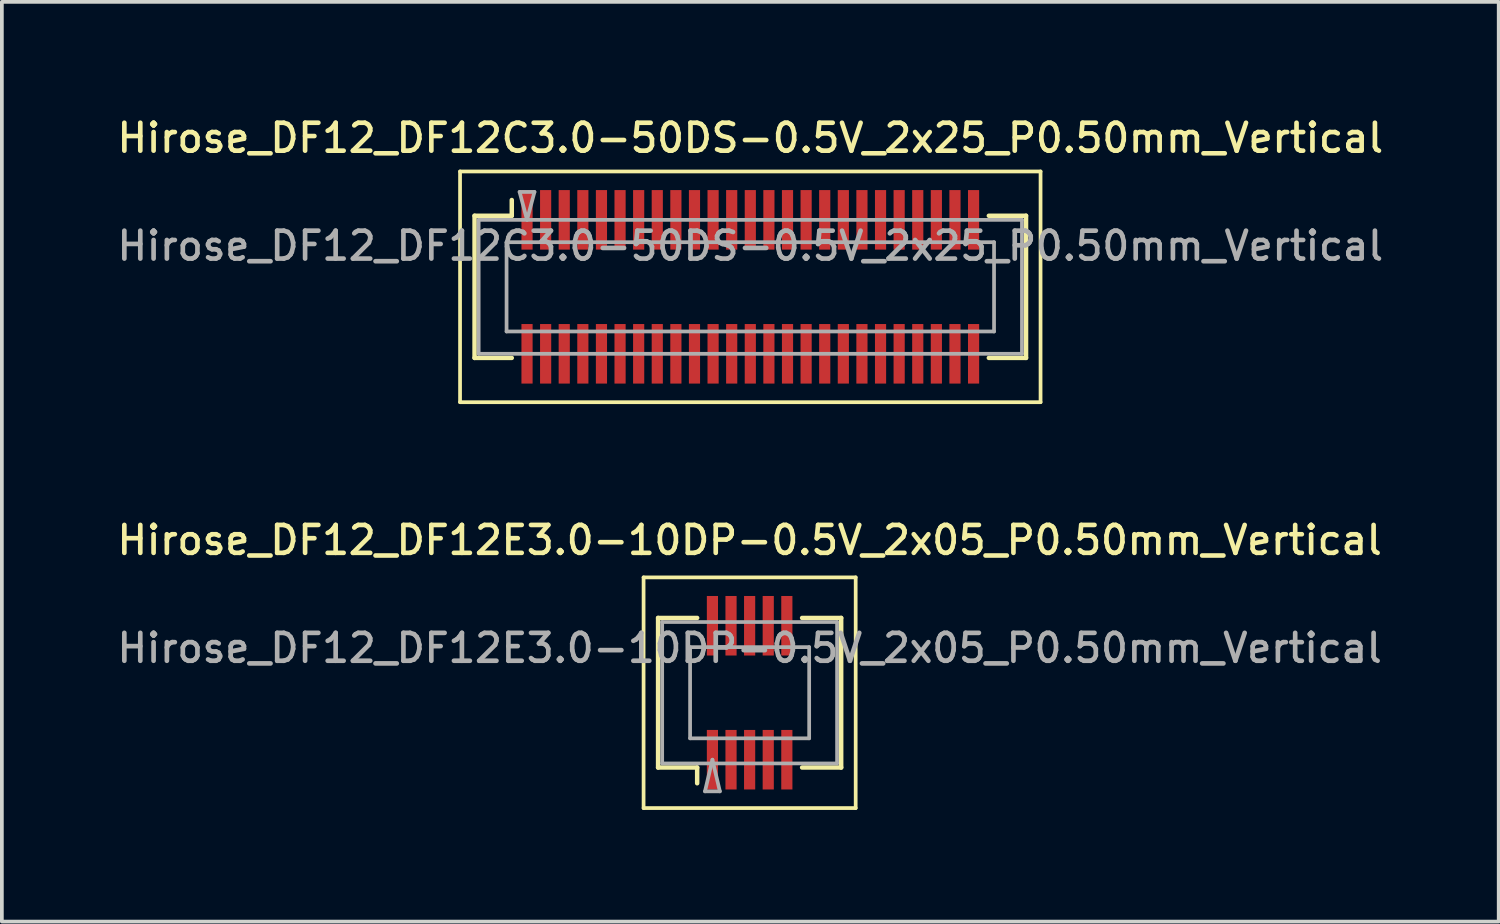
<source format=kicad_pcb>
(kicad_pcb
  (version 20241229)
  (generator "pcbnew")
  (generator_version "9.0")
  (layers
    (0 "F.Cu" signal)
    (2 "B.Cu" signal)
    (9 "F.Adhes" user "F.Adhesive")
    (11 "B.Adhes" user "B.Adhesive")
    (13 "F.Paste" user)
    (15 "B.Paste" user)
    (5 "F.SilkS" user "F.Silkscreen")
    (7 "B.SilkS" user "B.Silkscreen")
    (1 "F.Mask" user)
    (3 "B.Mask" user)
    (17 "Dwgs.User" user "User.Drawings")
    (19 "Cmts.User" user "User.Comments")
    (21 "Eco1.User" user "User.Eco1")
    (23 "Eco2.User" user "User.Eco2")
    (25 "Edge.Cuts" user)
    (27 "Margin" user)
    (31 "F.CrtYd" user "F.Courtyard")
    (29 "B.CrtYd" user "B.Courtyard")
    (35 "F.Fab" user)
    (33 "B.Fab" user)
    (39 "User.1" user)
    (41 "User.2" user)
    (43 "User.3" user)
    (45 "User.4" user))
  (footprint "Hirose_DF12_DF12C3.0-50DS-0.5V_2x25_P0.50mm_Vertical"
    (layer "F.Cu")
    (at 17.113 4.658)
    (property "Reference" "Hirose_DF12_DF12C3.0-50DS-0.5V_2x25_P0.50mm_Vertical" (at 0 -4 0) (layer "F.SilkS") (effects (font (size 0.75 0.75) (thickness 0.125))))
    (attr smd)
    (fp_line (start -7.8 -3.1) (end -7.8 3.1) (stroke (width 0.1) (type solid)) (layer "F.SilkS"))
    (fp_line (start -7.8 3.1) (end 7.8 3.1) (stroke (width 0.1) (type solid)) (layer "F.SilkS"))
    (fp_line (start -7.41 -1.91) (end -6.41 -1.91) (stroke (width 0.12) (type solid)) (layer "F.SilkS"))
    (fp_line (start -7.41 1.91) (end -7.41 -1.91) (stroke (width 0.12) (type solid)) (layer "F.SilkS"))
    (fp_line (start -6.41 -1.91) (end -6.41 -2.333) (stroke (width 0.12) (type solid)) (layer "F.SilkS"))
    (fp_line (start -6.41 1.91) (end -7.41 1.91) (stroke (width 0.12) (type solid)) (layer "F.SilkS"))
    (fp_line (start 6.41 1.91) (end 7.41 1.91) (stroke (width 0.12) (type solid)) (layer "F.SilkS"))
    (fp_line (start 7.41 -1.91) (end 6.41 -1.91) (stroke (width 0.12) (type solid)) (layer "F.SilkS"))
    (fp_line (start 7.41 1.91) (end 7.41 -1.91) (stroke (width 0.12) (type solid)) (layer "F.SilkS"))
    (fp_line (start 7.8 -3.1) (end -7.8 -3.1) (stroke (width 0.1) (type solid)) (layer "F.SilkS"))
    (fp_line (start 7.8 3.1) (end 7.8 -3.1) (stroke (width 0.1) (type solid)) (layer "F.SilkS"))
    (fp_line (start -7.3 -1.8) (end 7.3 -1.8) (stroke (width 0.1) (type solid)) (layer "F.Fab"))
    (fp_line (start -7.3 1.8) (end -7.3 -1.8) (stroke (width 0.1) (type solid)) (layer "F.Fab"))
    (fp_line (start -6.55 -1.2) (end 6.55 -1.2) (stroke (width 0.1) (type solid)) (layer "F.Fab"))
    (fp_line (start -6.55 1.2) (end -6.55 -1.2) (stroke (width 0.1) (type solid)) (layer "F.Fab"))
    (fp_line (start -6.2 -2.55) (end -6 -1.8) (stroke (width 0.1) (type solid)) (layer "F.Fab"))
    (fp_line (start -6 -1.8) (end -5.8 -2.55) (stroke (width 0.1) (type solid)) (layer "F.Fab"))
    (fp_line (start -5.8 -2.55) (end -6.2 -2.55) (stroke (width 0.1) (type solid)) (layer "F.Fab"))
    (fp_line (start 6.55 -1.2) (end 6.55 1.2) (stroke (width 0.1) (type solid)) (layer "F.Fab"))
    (fp_line (start 6.55 1.2) (end -6.55 1.2) (stroke (width 0.1) (type solid)) (layer "F.Fab"))
    (fp_line (start 7.3 -1.8) (end 7.3 1.8) (stroke (width 0.1) (type solid)) (layer "F.Fab"))
    (fp_line (start 7.3 1.8) (end -7.3 1.8) (stroke (width 0.1) (type solid)) (layer "F.Fab"))
    (fp_text user "${REFERENCE}" (at 0 -1.1 0) (layer "F.Fab") (effects (font (size 0.75 0.75) (thickness 0.125))))
    (pad "" smd rect (at -6 -2) (size 0.28 1.2) (layers "F.Paste"))
    (pad "" smd rect (at -6 2) (size 0.28 1.2) (layers "F.Paste"))
    (pad "" smd rect (at -5.5 -2) (size 0.28 1.2) (layers "F.Paste"))
    (pad "" smd rect (at -5.5 2) (size 0.28 1.2) (layers "F.Paste"))
    (pad "" smd rect (at -5 -2) (size 0.28 1.2) (layers "F.Paste"))
    (pad "" smd rect (at -5 2) (size 0.28 1.2) (layers "F.Paste"))
    (pad "" smd rect (at -4.5 -2) (size 0.28 1.2) (layers "F.Paste"))
    (pad "" smd rect (at -4.5 2) (size 0.28 1.2) (layers "F.Paste"))
    (pad "" smd rect (at -4 -2) (size 0.28 1.2) (layers "F.Paste"))
    (pad "" smd rect (at -4 2) (size 0.28 1.2) (layers "F.Paste"))
    (pad "" smd rect (at -3.5 -2) (size 0.28 1.2) (layers "F.Paste"))
    (pad "" smd rect (at -3.5 2) (size 0.28 1.2) (layers "F.Paste"))
    (pad "" smd rect (at -3 -2) (size 0.28 1.2) (layers "F.Paste"))
    (pad "" smd rect (at -3 2) (size 0.28 1.2) (layers "F.Paste"))
    (pad "" smd rect (at -2.5 -2) (size 0.28 1.2) (layers "F.Paste"))
    (pad "" smd rect (at -2.5 2) (size 0.28 1.2) (layers "F.Paste"))
    (pad "" smd rect (at -2 -2) (size 0.28 1.2) (layers "F.Paste"))
    (pad "" smd rect (at -2 2) (size 0.28 1.2) (layers "F.Paste"))
    (pad "" smd rect (at -1.5 -2) (size 0.28 1.2) (layers "F.Paste"))
    (pad "" smd rect (at -1.5 2) (size 0.28 1.2) (layers "F.Paste"))
    (pad "" smd rect (at -1 -2) (size 0.28 1.2) (layers "F.Paste"))
    (pad "" smd rect (at -1 2) (size 0.28 1.2) (layers "F.Paste"))
    (pad "" smd rect (at -0.5 -2) (size 0.28 1.2) (layers "F.Paste"))
    (pad "" smd rect (at -0.5 2) (size 0.28 1.2) (layers "F.Paste"))
    (pad "" smd rect (at 0 -2) (size 0.28 1.2) (layers "F.Paste"))
    (pad "" smd rect (at 0 2) (size 0.28 1.2) (layers "F.Paste"))
    (pad "" smd rect (at 0.5 -2) (size 0.28 1.2) (layers "F.Paste"))
    (pad "" smd rect (at 0.5 2) (size 0.28 1.2) (layers "F.Paste"))
    (pad "" smd rect (at 1 -2) (size 0.28 1.2) (layers "F.Paste"))
    (pad "" smd rect (at 1 2) (size 0.28 1.2) (layers "F.Paste"))
    (pad "" smd rect (at 1.5 -2) (size 0.28 1.2) (layers "F.Paste"))
    (pad "" smd rect (at 1.5 2) (size 0.28 1.2) (layers "F.Paste"))
    (pad "" smd rect (at 2 -2) (size 0.28 1.2) (layers "F.Paste"))
    (pad "" smd rect (at 2 2) (size 0.28 1.2) (layers "F.Paste"))
    (pad "" smd rect (at 2.5 -2) (size 0.28 1.2) (layers "F.Paste"))
    (pad "" smd rect (at 2.5 2) (size 0.28 1.2) (layers "F.Paste"))
    (pad "" smd rect (at 3 -2) (size 0.28 1.2) (layers "F.Paste"))
    (pad "" smd rect (at 3 2) (size 0.28 1.2) (layers "F.Paste"))
    (pad "" smd rect (at 3.5 -2) (size 0.28 1.2) (layers "F.Paste"))
    (pad "" smd rect (at 3.5 2) (size 0.28 1.2) (layers "F.Paste"))
    (pad "" smd rect (at 4 -2) (size 0.28 1.2) (layers "F.Paste"))
    (pad "" smd rect (at 4 2) (size 0.28 1.2) (layers "F.Paste"))
    (pad "" smd rect (at 4.5 -2) (size 0.28 1.2) (layers "F.Paste"))
    (pad "" smd rect (at 4.5 2) (size 0.28 1.2) (layers "F.Paste"))
    (pad "" smd rect (at 5 -2) (size 0.28 1.2) (layers "F.Paste"))
    (pad "" smd rect (at 5 2) (size 0.28 1.2) (layers "F.Paste"))
    (pad "" smd rect (at 5.5 -2) (size 0.28 1.2) (layers "F.Paste"))
    (pad "" smd rect (at 5.5 2) (size 0.28 1.2) (layers "F.Paste"))
    (pad "" smd rect (at 6 -2) (size 0.28 1.2) (layers "F.Paste"))
    (pad "" smd rect (at 6 2) (size 0.28 1.2) (layers "F.Paste"))
    (pad "1" smd rect (at -6 -1.8) (size 0.3 1.6) (layers "F.Cu" "F.Mask"))
    (pad "2" smd rect (at -5.5 -1.8) (size 0.3 1.6) (layers "F.Cu" "F.Mask"))
    (pad "3" smd rect (at -5 -1.8) (size 0.3 1.6) (layers "F.Cu" "F.Mask"))
    (pad "4" smd rect (at -4.5 -1.8) (size 0.3 1.6) (layers "F.Cu" "F.Mask"))
    (pad "5" smd rect (at -4 -1.8) (size 0.3 1.6) (layers "F.Cu" "F.Mask"))
    (pad "6" smd rect (at -3.5 -1.8) (size 0.3 1.6) (layers "F.Cu" "F.Mask"))
    (pad "7" smd rect (at -3 -1.8) (size 0.3 1.6) (layers "F.Cu" "F.Mask"))
    (pad "8" smd rect (at -2.5 -1.8) (size 0.3 1.6) (layers "F.Cu" "F.Mask"))
    (pad "9" smd rect (at -2 -1.8) (size 0.3 1.6) (layers "F.Cu" "F.Mask"))
    (pad "10" smd rect (at -1.5 -1.8) (size 0.3 1.6) (layers "F.Cu" "F.Mask"))
    (pad "11" smd rect (at -1 -1.8) (size 0.3 1.6) (layers "F.Cu" "F.Mask"))
    (pad "12" smd rect (at -0.5 -1.8) (size 0.3 1.6) (layers "F.Cu" "F.Mask"))
    (pad "13" smd rect (at 0 -1.8) (size 0.3 1.6) (layers "F.Cu" "F.Mask"))
    (pad "14" smd rect (at 0.5 -1.8) (size 0.3 1.6) (layers "F.Cu" "F.Mask"))
    (pad "15" smd rect (at 1 -1.8) (size 0.3 1.6) (layers "F.Cu" "F.Mask"))
    (pad "16" smd rect (at 1.5 -1.8) (size 0.3 1.6) (layers "F.Cu" "F.Mask"))
    (pad "17" smd rect (at 2 -1.8) (size 0.3 1.6) (layers "F.Cu" "F.Mask"))
    (pad "18" smd rect (at 2.5 -1.8) (size 0.3 1.6) (layers "F.Cu" "F.Mask"))
    (pad "19" smd rect (at 3 -1.8) (size 0.3 1.6) (layers "F.Cu" "F.Mask"))
    (pad "20" smd rect (at 3.5 -1.8) (size 0.3 1.6) (layers "F.Cu" "F.Mask"))
    (pad "21" smd rect (at 4 -1.8) (size 0.3 1.6) (layers "F.Cu" "F.Mask"))
    (pad "22" smd rect (at 4.5 -1.8) (size 0.3 1.6) (layers "F.Cu" "F.Mask"))
    (pad "23" smd rect (at 5 -1.8) (size 0.3 1.6) (layers "F.Cu" "F.Mask"))
    (pad "24" smd rect (at 5.5 -1.8) (size 0.3 1.6) (layers "F.Cu" "F.Mask"))
    (pad "25" smd rect (at 6 -1.8) (size 0.3 1.6) (layers "F.Cu" "F.Mask"))
    (pad "26" smd rect (at -6 1.8) (size 0.3 1.6) (layers "F.Cu" "F.Mask"))
    (pad "27" smd rect (at -5.5 1.8) (size 0.3 1.6) (layers "F.Cu" "F.Mask"))
    (pad "28" smd rect (at -5 1.8) (size 0.3 1.6) (layers "F.Cu" "F.Mask"))
    (pad "29" smd rect (at -4.5 1.8) (size 0.3 1.6) (layers "F.Cu" "F.Mask"))
    (pad "30" smd rect (at -4 1.8) (size 0.3 1.6) (layers "F.Cu" "F.Mask"))
    (pad "31" smd rect (at -3.5 1.8) (size 0.3 1.6) (layers "F.Cu" "F.Mask"))
    (pad "32" smd rect (at -3 1.8) (size 0.3 1.6) (layers "F.Cu" "F.Mask"))
    (pad "33" smd rect (at -2.5 1.8) (size 0.3 1.6) (layers "F.Cu" "F.Mask"))
    (pad "34" smd rect (at -2 1.8) (size 0.3 1.6) (layers "F.Cu" "F.Mask"))
    (pad "35" smd rect (at -1.5 1.8) (size 0.3 1.6) (layers "F.Cu" "F.Mask"))
    (pad "36" smd rect (at -1 1.8) (size 0.3 1.6) (layers "F.Cu" "F.Mask"))
    (pad "37" smd rect (at -0.5 1.8) (size 0.3 1.6) (layers "F.Cu" "F.Mask"))
    (pad "38" smd rect (at 0 1.8) (size 0.3 1.6) (layers "F.Cu" "F.Mask"))
    (pad "39" smd rect (at 0.5 1.8) (size 0.3 1.6) (layers "F.Cu" "F.Mask"))
    (pad "40" smd rect (at 1 1.8) (size 0.3 1.6) (layers "F.Cu" "F.Mask"))
    (pad "41" smd rect (at 1.5 1.8) (size 0.3 1.6) (layers "F.Cu" "F.Mask"))
    (pad "42" smd rect (at 2 1.8) (size 0.3 1.6) (layers "F.Cu" "F.Mask"))
    (pad "43" smd rect (at 2.5 1.8) (size 0.3 1.6) (layers "F.Cu" "F.Mask"))
    (pad "44" smd rect (at 3 1.8) (size 0.3 1.6) (layers "F.Cu" "F.Mask"))
    (pad "45" smd rect (at 3.5 1.8) (size 0.3 1.6) (layers "F.Cu" "F.Mask"))
    (pad "46" smd rect (at 4 1.8) (size 0.3 1.6) (layers "F.Cu" "F.Mask"))
    (pad "47" smd rect (at 4.5 1.8) (size 0.3 1.6) (layers "F.Cu" "F.Mask"))
    (pad "48" smd rect (at 5 1.8) (size 0.3 1.6) (layers "F.Cu" "F.Mask"))
    (pad "49" smd rect (at 5.5 1.8) (size 0.3 1.6) (layers "F.Cu" "F.Mask"))
    (pad "50" smd rect (at 6 1.8) (size 0.3 1.6) (layers "F.Cu" "F.Mask")))
  (footprint "Hirose_DF12_DF12E3.0-10DP-0.5V_2x05_P0.50mm_Vertical"
    (layer "F.Cu")
    (at 17.095 15.566)
    (property "Reference" "Hirose_DF12_DF12E3.0-10DP-0.5V_2x05_P0.50mm_Vertical" (at 0 -4.1 0) (layer "F.SilkS") (effects (font (size 0.75 0.75) (thickness 0.125))))
    (attr smd)
    (fp_line (start -2.85 -3.1) (end -2.85 3.1) (stroke (width 0.1) (type solid)) (layer "F.SilkS"))
    (fp_line (start -2.85 3.1) (end 2.85 3.1) (stroke (width 0.1) (type solid)) (layer "F.SilkS"))
    (fp_line (start -2.46 -2.01) (end -1.41 -2.01) (stroke (width 0.12) (type solid)) (layer "F.SilkS"))
    (fp_line (start -2.46 2.01) (end -2.46 -2.01) (stroke (width 0.12) (type solid)) (layer "F.SilkS"))
    (fp_line (start -1.41 2.01) (end -2.46 2.01) (stroke (width 0.12) (type solid)) (layer "F.SilkS"))
    (fp_line (start -1.41 2.433) (end -1.41 2.01) (stroke (width 0.12) (type solid)) (layer "F.SilkS"))
    (fp_line (start 1.41 2.01) (end 2.46 2.01) (stroke (width 0.12) (type solid)) (layer "F.SilkS"))
    (fp_line (start 2.46 -2.01) (end 1.41 -2.01) (stroke (width 0.12) (type solid)) (layer "F.SilkS"))
    (fp_line (start 2.46 2.01) (end 2.46 -2.01) (stroke (width 0.12) (type solid)) (layer "F.SilkS"))
    (fp_line (start 2.85 -3.1) (end -2.85 -3.1) (stroke (width 0.1) (type solid)) (layer "F.SilkS"))
    (fp_line (start 2.85 3.1) (end 2.85 -3.1) (stroke (width 0.1) (type solid)) (layer "F.SilkS"))
    (fp_line (start -2.35 -1.9) (end 2.35 -1.9) (stroke (width 0.1) (type solid)) (layer "F.Fab"))
    (fp_line (start -2.35 1.9) (end -2.35 -1.9) (stroke (width 0.1) (type solid)) (layer "F.Fab"))
    (fp_line (start -1.6 -1.225) (end 1.6 -1.225) (stroke (width 0.1) (type solid)) (layer "F.Fab"))
    (fp_line (start -1.6 1.225) (end -1.6 -1.225) (stroke (width 0.1) (type solid)) (layer "F.Fab"))
    (fp_line (start -1.2 2.65) (end -1 1.8) (stroke (width 0.1) (type solid)) (layer "F.Fab"))
    (fp_line (start -1 1.8) (end -0.8 2.65) (stroke (width 0.1) (type solid)) (layer "F.Fab"))
    (fp_line (start -0.8 2.65) (end -1.2 2.65) (stroke (width 0.1) (type solid)) (layer "F.Fab"))
    (fp_line (start 1.6 -1.225) (end 1.6 1.225) (stroke (width 0.1) (type solid)) (layer "F.Fab"))
    (fp_line (start 1.6 1.225) (end -1.6 1.225) (stroke (width 0.1) (type solid)) (layer "F.Fab"))
    (fp_line (start 2.35 -1.9) (end 2.35 1.9) (stroke (width 0.1) (type solid)) (layer "F.Fab"))
    (fp_line (start 2.35 1.9) (end -2.35 1.9) (stroke (width 0.1) (type solid)) (layer "F.Fab"))
    (fp_text user "${REFERENCE}" (at 0 -1.2 0) (layer "F.Fab") (effects (font (size 0.75 0.75) (thickness 0.125))))
    (pad "" smd rect (at -1 -2) (size 0.28 1.2) (layers "F.Paste"))
    (pad "" smd rect (at -1 2) (size 0.28 1.2) (layers "F.Paste"))
    (pad "" smd rect (at -0.5 -2) (size 0.28 1.2) (layers "F.Paste"))
    (pad "" smd rect (at -0.5 2) (size 0.28 1.2) (layers "F.Paste"))
    (pad "" smd rect (at 0 -2) (size 0.28 1.2) (layers "F.Paste"))
    (pad "" smd rect (at 0 2) (size 0.28 1.2) (layers "F.Paste"))
    (pad "" smd rect (at 0.5 -2) (size 0.28 1.2) (layers "F.Paste"))
    (pad "" smd rect (at 0.5 2) (size 0.28 1.2) (layers "F.Paste"))
    (pad "" smd rect (at 1 -2) (size 0.28 1.2) (layers "F.Paste"))
    (pad "" smd rect (at 1 2) (size 0.28 1.2) (layers "F.Paste"))
    (pad "1" smd rect (at -1 1.8) (size 0.3 1.6) (layers "F.Cu" "F.Mask"))
    (pad "2" smd rect (at -0.5 1.8) (size 0.3 1.6) (layers "F.Cu" "F.Mask"))
    (pad "3" smd rect (at 0 1.8) (size 0.3 1.6) (layers "F.Cu" "F.Mask"))
    (pad "4" smd rect (at 0.5 1.8) (size 0.3 1.6) (layers "F.Cu" "F.Mask"))
    (pad "5" smd rect (at 1 1.8) (size 0.3 1.6) (layers "F.Cu" "F.Mask"))
    (pad "6" smd rect (at -1 -1.8) (size 0.3 1.6) (layers "F.Cu" "F.Mask"))
    (pad "7" smd rect (at -0.5 -1.8) (size 0.3 1.6) (layers "F.Cu" "F.Mask"))
    (pad "8" smd rect (at 0 -1.8) (size 0.3 1.6) (layers "F.Cu" "F.Mask"))
    (pad "9" smd rect (at 0.5 -1.8) (size 0.3 1.6) (layers "F.Cu" "F.Mask"))
    (pad "10" smd rect (at 1 -1.8) (size 0.3 1.6) (layers "F.Cu" "F.Mask")))
  (gr_rect
    (start -3 -3)
    (end 37.225 21.716)
    (stroke (width 0.1) (type default))
    (fill no)
    (layer "Edge.Cuts")))
</source>
